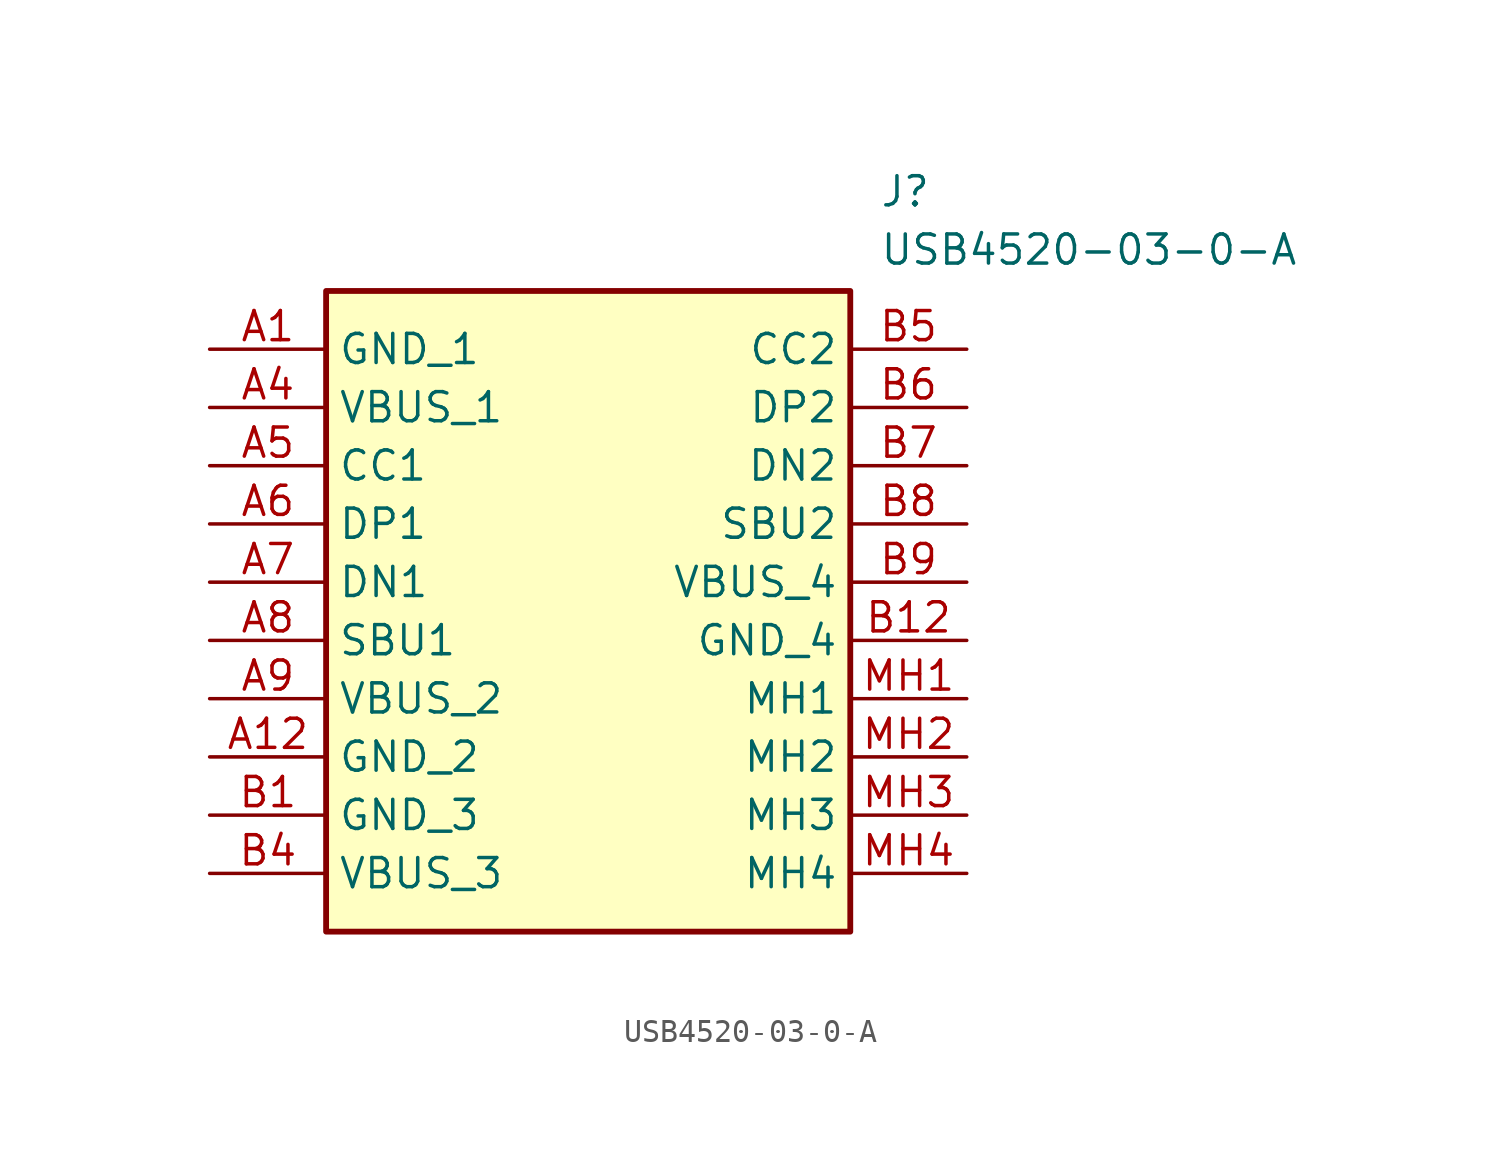
<source format=kicad_sym>
(kicad_symbol_lib
  (version 20211014)
  (generator SamacSys_ECAD_Model)
  (symbol "USB4520-03-0-A"
    (property "Reference" "J"
      (at 29.21 7.62 0)
      (effects (font (size 1.27 1.27)) (justify left top)))
    (property "Value" "USB4520-03-0-A"
      (at 29.21 5.08 0)
      (effects (font (size 1.27 1.27)) (justify left top)))
    (rectangle
      (start 5.08 2.54)
      (end 27.94 -25.4)
      (stroke (width 0.254) (type default))
      (fill (type background)))
    (pin passive line
      (at 0 0 0)
      (length 5.08)
      (name "GND_1" (effects (font (size 1.27 1.27))))
      (number "A1" (effects (font (size 1.27 1.27)))))
    (pin passive line
      (at 0 -2.54 0)
      (length 5.08)
      (name "VBUS_1" (effects (font (size 1.27 1.27))))
      (number "A4" (effects (font (size 1.27 1.27)))))
    (pin passive line
      (at 0 -5.08 0)
      (length 5.08)
      (name "CC1" (effects (font (size 1.27 1.27))))
      (number "A5" (effects (font (size 1.27 1.27)))))
    (pin passive line
      (at 0 -7.62 0)
      (length 5.08)
      (name "DP1" (effects (font (size 1.27 1.27))))
      (number "A6" (effects (font (size 1.27 1.27)))))
    (pin passive line
      (at 0 -10.16 0)
      (length 5.08)
      (name "DN1" (effects (font (size 1.27 1.27))))
      (number "A7" (effects (font (size 1.27 1.27)))))
    (pin passive line
      (at 0 -12.7 0)
      (length 5.08)
      (name "SBU1" (effects (font (size 1.27 1.27))))
      (number "A8" (effects (font (size 1.27 1.27)))))
    (pin passive line
      (at 0 -15.24 0)
      (length 5.08)
      (name "VBUS_2" (effects (font (size 1.27 1.27))))
      (number "A9" (effects (font (size 1.27 1.27)))))
    (pin passive line
      (at 0 -17.78 0)
      (length 5.08)
      (name "GND_2" (effects (font (size 1.27 1.27))))
      (number "A12" (effects (font (size 1.27 1.27)))))
    (pin passive line
      (at 0 -20.32 0)
      (length 5.08)
      (name "GND_3" (effects (font (size 1.27 1.27))))
      (number "B1" (effects (font (size 1.27 1.27)))))
    (pin passive line
      (at 0 -22.86 0)
      (length 5.08)
      (name "VBUS_3" (effects (font (size 1.27 1.27))))
      (number "B4" (effects (font (size 1.27 1.27)))))
    (pin passive line
      (at 33.02 0 180)
      (length 5.08)
      (name "CC2" (effects (font (size 1.27 1.27))))
      (number "B5" (effects (font (size 1.27 1.27)))))
    (pin passive line
      (at 33.02 -2.54 180)
      (length 5.08)
      (name "DP2" (effects (font (size 1.27 1.27))))
      (number "B6" (effects (font (size 1.27 1.27)))))
    (pin passive line
      (at 33.02 -5.08 180)
      (length 5.08)
      (name "DN2" (effects (font (size 1.27 1.27))))
      (number "B7" (effects (font (size 1.27 1.27)))))
    (pin passive line
      (at 33.02 -7.62 180)
      (length 5.08)
      (name "SBU2" (effects (font (size 1.27 1.27))))
      (number "B8" (effects (font (size 1.27 1.27)))))
    (pin passive line
      (at 33.02 -10.16 180)
      (length 5.08)
      (name "VBUS_4" (effects (font (size 1.27 1.27))))
      (number "B9" (effects (font (size 1.27 1.27)))))
    (pin passive line
      (at 33.02 -12.7 180)
      (length 5.08)
      (name "GND_4" (effects (font (size 1.27 1.27))))
      (number "B12" (effects (font (size 1.27 1.27)))))
    (pin passive line
      (at 33.02 -15.24 180)
      (length 5.08)
      (name "MH1" (effects (font (size 1.27 1.27))))
      (number "MH1" (effects (font (size 1.27 1.27)))))
    (pin passive line
      (at 33.02 -17.78 180)
      (length 5.08)
      (name "MH2" (effects (font (size 1.27 1.27))))
      (number "MH2" (effects (font (size 1.27 1.27)))))
    (pin passive line
      (at 33.02 -20.32 180)
      (length 5.08)
      (name "MH3" (effects (font (size 1.27 1.27))))
      (number "MH3" (effects (font (size 1.27 1.27)))))
    (pin passive line
      (at 33.02 -22.86 180)
      (length 5.08)
      (name "MH4" (effects (font (size 1.27 1.27))))
      (number "MH4" (effects (font (size 1.27 1.27)))))))
</source>
